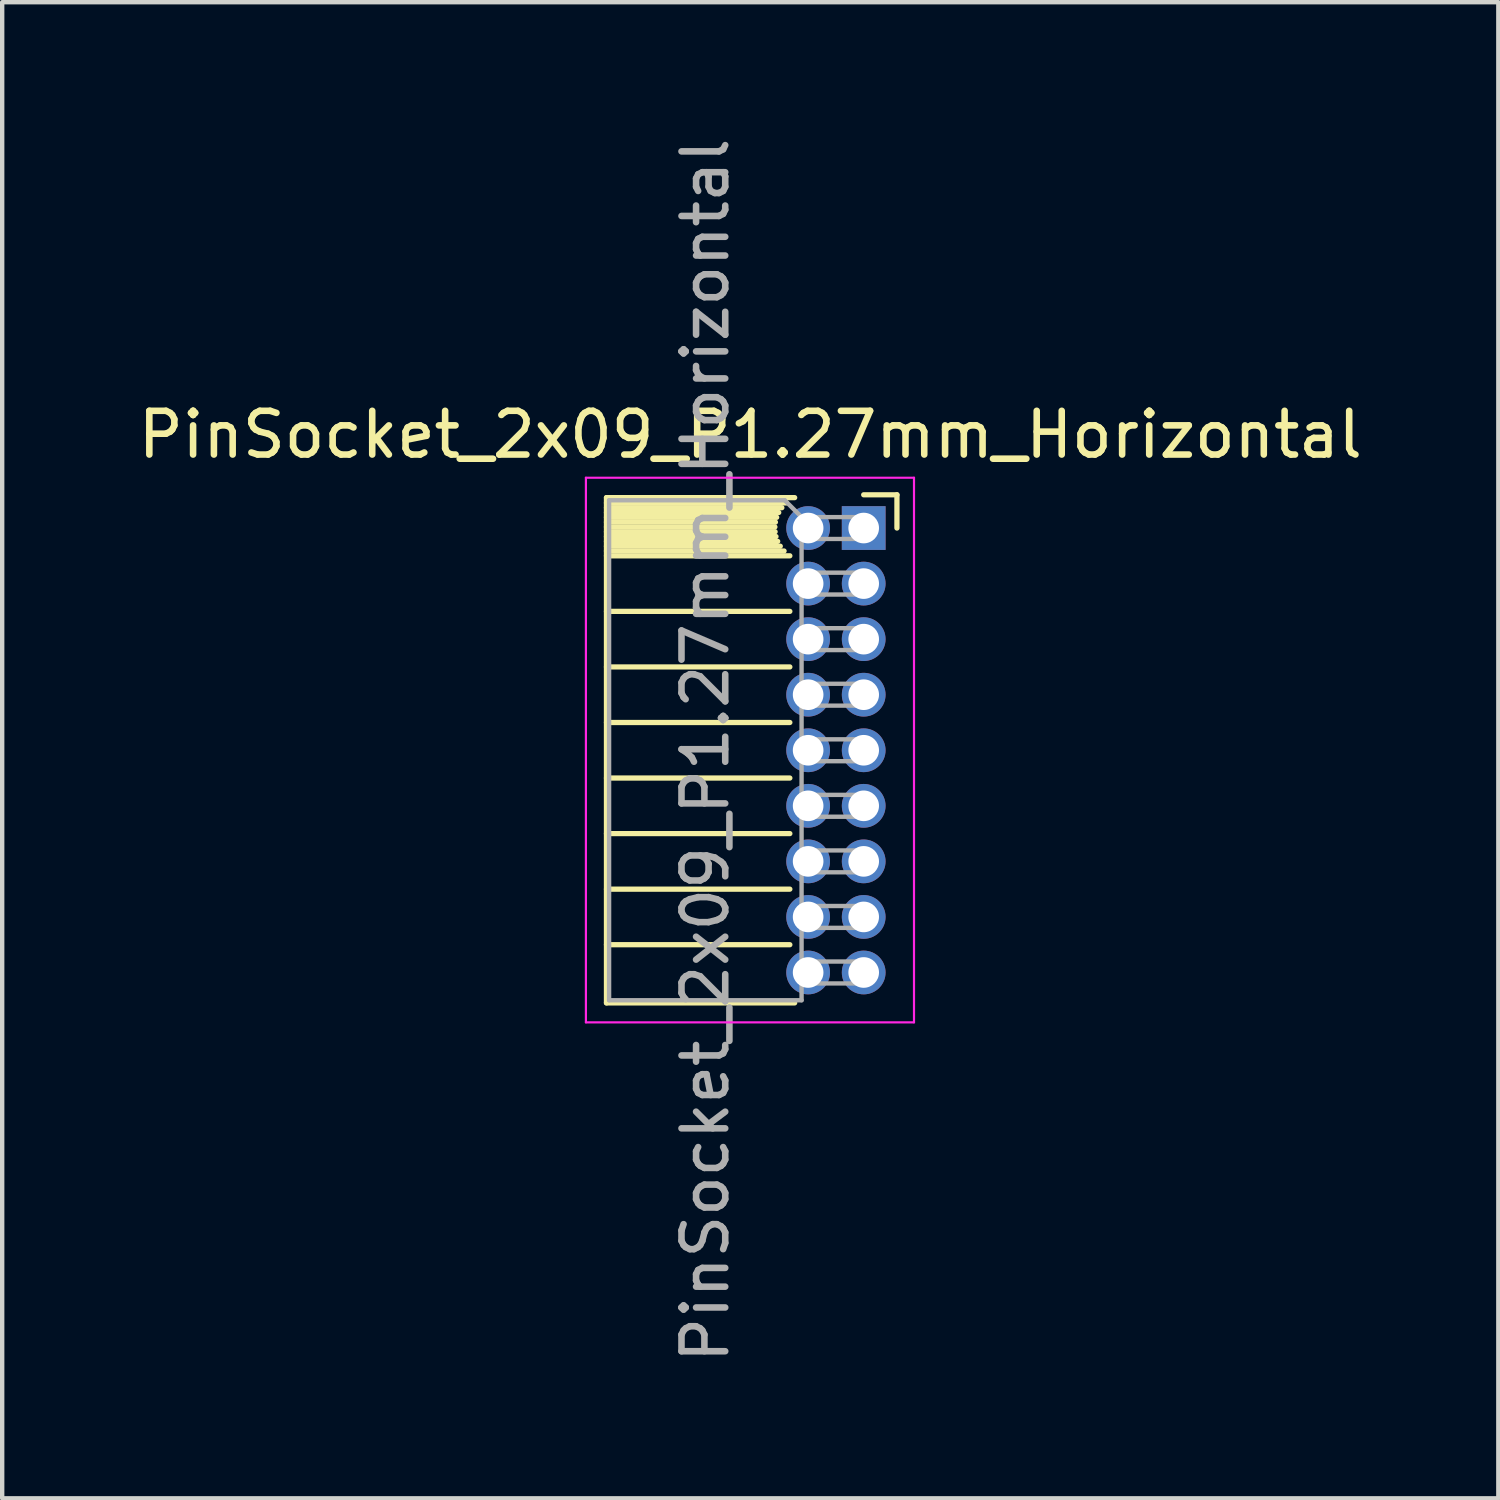
<source format=kicad_pcb>
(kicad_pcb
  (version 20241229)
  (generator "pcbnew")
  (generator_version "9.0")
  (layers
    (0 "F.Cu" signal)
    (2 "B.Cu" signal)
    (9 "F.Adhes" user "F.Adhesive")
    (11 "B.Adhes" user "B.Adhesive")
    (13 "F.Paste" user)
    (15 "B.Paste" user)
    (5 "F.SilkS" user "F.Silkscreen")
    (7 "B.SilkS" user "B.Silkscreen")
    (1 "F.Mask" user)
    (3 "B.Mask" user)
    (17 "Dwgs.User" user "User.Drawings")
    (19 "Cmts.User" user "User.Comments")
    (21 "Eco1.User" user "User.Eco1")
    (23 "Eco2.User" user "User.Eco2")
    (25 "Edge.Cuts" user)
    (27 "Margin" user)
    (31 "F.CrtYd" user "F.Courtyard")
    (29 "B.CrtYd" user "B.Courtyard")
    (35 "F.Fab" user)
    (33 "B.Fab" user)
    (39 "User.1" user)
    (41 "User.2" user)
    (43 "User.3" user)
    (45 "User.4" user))
  (footprint "PinSocket_2x09_P1.27mm_Horizontal"
    (layer "F.Cu")
    (at 16.694 9.021)
    (property "Reference" "PinSocket_2x09_P1.27mm_Horizontal" (at -2.592 -2.135 0) (layer "F.SilkS") (effects (font (size 1 1) (thickness 0.15))))
    (attr through_hole)
    (fp_line (start -5.88 -0.695) (end -5.88 10.855) (stroke (width 0.12) (type solid)) (layer "F.SilkS"))
    (fp_line (start -5.88 -0.695) (end -1.578 -0.695) (stroke (width 0.12) (type solid)) (layer "F.SilkS"))
    (fp_line (start -5.88 -0.575) (end -1.767 -0.575) (stroke (width 0.12) (type solid)) (layer "F.SilkS"))
    (fp_line (start -5.88 -0.465) (end -1.871 -0.465) (stroke (width 0.12) (type solid)) (layer "F.SilkS"))
    (fp_line (start -5.88 -0.355) (end -1.942 -0.355) (stroke (width 0.12) (type solid)) (layer "F.SilkS"))
    (fp_line (start -5.88 -0.245) (end -1.989 -0.245) (stroke (width 0.12) (type solid)) (layer "F.SilkS"))
    (fp_line (start -5.88 -0.135) (end -2.018 -0.135) (stroke (width 0.12) (type solid)) (layer "F.SilkS"))
    (fp_line (start -5.88 -0.025) (end -2.03 -0.025) (stroke (width 0.12) (type solid)) (layer "F.SilkS"))
    (fp_line (start -5.88 0.085) (end -2.025 0.085) (stroke (width 0.12) (type solid)) (layer "F.SilkS"))
    (fp_line (start -5.88 0.195) (end -2.005 0.195) (stroke (width 0.12) (type solid)) (layer "F.SilkS"))
    (fp_line (start -5.88 0.305) (end -1.966 0.305) (stroke (width 0.12) (type solid)) (layer "F.SilkS"))
    (fp_line (start -5.88 0.415) (end -1.907 0.415) (stroke (width 0.12) (type solid)) (layer "F.SilkS"))
    (fp_line (start -5.88 0.525) (end -1.82 0.525) (stroke (width 0.12) (type solid)) (layer "F.SilkS"))
    (fp_line (start -5.88 0.635) (end -1.688 0.635) (stroke (width 0.12) (type solid)) (layer "F.SilkS"))
    (fp_line (start -5.88 1.905) (end -1.688 1.905) (stroke (width 0.12) (type solid)) (layer "F.SilkS"))
    (fp_line (start -5.88 3.175) (end -1.688 3.175) (stroke (width 0.12) (type solid)) (layer "F.SilkS"))
    (fp_line (start -5.88 4.445) (end -1.688 4.445) (stroke (width 0.12) (type solid)) (layer "F.SilkS"))
    (fp_line (start -5.88 5.715) (end -1.688 5.715) (stroke (width 0.12) (type solid)) (layer "F.SilkS"))
    (fp_line (start -5.88 6.985) (end -1.688 6.985) (stroke (width 0.12) (type solid)) (layer "F.SilkS"))
    (fp_line (start -5.88 8.255) (end -1.688 8.255) (stroke (width 0.12) (type solid)) (layer "F.SilkS"))
    (fp_line (start -5.88 9.525) (end -1.688 9.525) (stroke (width 0.12) (type solid)) (layer "F.SilkS"))
    (fp_line (start -5.88 10.855) (end -1.578 10.855) (stroke (width 0.12) (type solid)) (layer "F.SilkS"))
    (fp_line (start 0 -0.76) (end 0.76 -0.76) (stroke (width 0.12) (type solid)) (layer "F.SilkS"))
    (fp_line (start 0.76 -0.76) (end 0.76 0) (stroke (width 0.12) (type solid)) (layer "F.SilkS"))
    (fp_line (start -6.35 -1.15) (end -6.35 11.3) (stroke (width 0.05) (type solid)) (layer "F.CrtYd"))
    (fp_line (start -6.35 11.3) (end 1.15 11.3) (stroke (width 0.05) (type solid)) (layer "F.CrtYd"))
    (fp_line (start 1.15 -1.15) (end -6.35 -1.15) (stroke (width 0.05) (type solid)) (layer "F.CrtYd"))
    (fp_line (start 1.15 11.3) (end 1.15 -1.15) (stroke (width 0.05) (type solid)) (layer "F.CrtYd"))
    (fp_line (start -5.82 -0.635) (end -1.805 -0.635) (stroke (width 0.1) (type solid)) (layer "F.Fab"))
    (fp_line (start -5.82 10.795) (end -5.82 -0.635) (stroke (width 0.1) (type solid)) (layer "F.Fab"))
    (fp_line (start -1.805 -0.635) (end -1.42 -0.25) (stroke (width 0.1) (type solid)) (layer "F.Fab"))
    (fp_line (start -1.42 -0.25) (end -1.42 10.795) (stroke (width 0.1) (type solid)) (layer "F.Fab"))
    (fp_line (start -1.42 0.25) (end 0 0.25) (stroke (width 0.1) (type solid)) (layer "F.Fab"))
    (fp_line (start -1.42 1.52) (end 0 1.52) (stroke (width 0.1) (type solid)) (layer "F.Fab"))
    (fp_line (start -1.42 2.79) (end 0 2.79) (stroke (width 0.1) (type solid)) (layer "F.Fab"))
    (fp_line (start -1.42 4.06) (end 0 4.06) (stroke (width 0.1) (type solid)) (layer "F.Fab"))
    (fp_line (start -1.42 5.33) (end 0 5.33) (stroke (width 0.1) (type solid)) (layer "F.Fab"))
    (fp_line (start -1.42 6.6) (end 0 6.6) (stroke (width 0.1) (type solid)) (layer "F.Fab"))
    (fp_line (start -1.42 7.87) (end 0 7.87) (stroke (width 0.1) (type solid)) (layer "F.Fab"))
    (fp_line (start -1.42 9.14) (end 0 9.14) (stroke (width 0.1) (type solid)) (layer "F.Fab"))
    (fp_line (start -1.42 10.41) (end 0 10.41) (stroke (width 0.1) (type solid)) (layer "F.Fab"))
    (fp_line (start -1.42 10.795) (end -5.82 10.795) (stroke (width 0.1) (type solid)) (layer "F.Fab"))
    (fp_line (start 0 -0.25) (end -1.42 -0.25) (stroke (width 0.1) (type solid)) (layer "F.Fab"))
    (fp_line (start 0 0.25) (end 0 -0.25) (stroke (width 0.1) (type solid)) (layer "F.Fab"))
    (fp_line (start 0 1.02) (end -1.42 1.02) (stroke (width 0.1) (type solid)) (layer "F.Fab"))
    (fp_line (start 0 1.52) (end 0 1.02) (stroke (width 0.1) (type solid)) (layer "F.Fab"))
    (fp_line (start 0 2.29) (end -1.42 2.29) (stroke (width 0.1) (type solid)) (layer "F.Fab"))
    (fp_line (start 0 2.79) (end 0 2.29) (stroke (width 0.1) (type solid)) (layer "F.Fab"))
    (fp_line (start 0 3.56) (end -1.42 3.56) (stroke (width 0.1) (type solid)) (layer "F.Fab"))
    (fp_line (start 0 4.06) (end 0 3.56) (stroke (width 0.1) (type solid)) (layer "F.Fab"))
    (fp_line (start 0 4.83) (end -1.42 4.83) (stroke (width 0.1) (type solid)) (layer "F.Fab"))
    (fp_line (start 0 5.33) (end 0 4.83) (stroke (width 0.1) (type solid)) (layer "F.Fab"))
    (fp_line (start 0 6.1) (end -1.42 6.1) (stroke (width 0.1) (type solid)) (layer "F.Fab"))
    (fp_line (start 0 6.6) (end 0 6.1) (stroke (width 0.1) (type solid)) (layer "F.Fab"))
    (fp_line (start 0 7.37) (end -1.42 7.37) (stroke (width 0.1) (type solid)) (layer "F.Fab"))
    (fp_line (start 0 7.87) (end 0 7.37) (stroke (width 0.1) (type solid)) (layer "F.Fab"))
    (fp_line (start 0 8.64) (end -1.42 8.64) (stroke (width 0.1) (type solid)) (layer "F.Fab"))
    (fp_line (start 0 9.14) (end 0 8.64) (stroke (width 0.1) (type solid)) (layer "F.Fab"))
    (fp_line (start 0 9.91) (end -1.42 9.91) (stroke (width 0.1) (type solid)) (layer "F.Fab"))
    (fp_line (start 0 10.41) (end 0 9.91) (stroke (width 0.1) (type solid)) (layer "F.Fab"))
    (fp_text user "${REFERENCE}" (at -3.62 5.08 90) (layer "F.Fab") (effects (font (size 1 1) (thickness 0.15))))
    (pad "1" thru_hole rect (at 0 0) (size 1 1) (drill 0.7) (layers "*.Cu" "*.Mask"))
    (pad "2" thru_hole oval (at -1.27 0) (size 1 1) (drill 0.7) (layers "*.Cu" "*.Mask"))
    (pad "3" thru_hole oval (at 0 1.27) (size 1 1) (drill 0.7) (layers "*.Cu" "*.Mask"))
    (pad "4" thru_hole oval (at -1.27 1.27) (size 1 1) (drill 0.7) (layers "*.Cu" "*.Mask"))
    (pad "5" thru_hole oval (at 0 2.54) (size 1 1) (drill 0.7) (layers "*.Cu" "*.Mask"))
    (pad "6" thru_hole oval (at -1.27 2.54) (size 1 1) (drill 0.7) (layers "*.Cu" "*.Mask"))
    (pad "7" thru_hole oval (at 0 3.81) (size 1 1) (drill 0.7) (layers "*.Cu" "*.Mask"))
    (pad "8" thru_hole oval (at -1.27 3.81) (size 1 1) (drill 0.7) (layers "*.Cu" "*.Mask"))
    (pad "9" thru_hole oval (at 0 5.08) (size 1 1) (drill 0.7) (layers "*.Cu" "*.Mask"))
    (pad "10" thru_hole oval (at -1.27 5.08) (size 1 1) (drill 0.7) (layers "*.Cu" "*.Mask"))
    (pad "11" thru_hole oval (at 0 6.35) (size 1 1) (drill 0.7) (layers "*.Cu" "*.Mask"))
    (pad "12" thru_hole oval (at -1.27 6.35) (size 1 1) (drill 0.7) (layers "*.Cu" "*.Mask"))
    (pad "13" thru_hole oval (at 0 7.62) (size 1 1) (drill 0.7) (layers "*.Cu" "*.Mask"))
    (pad "14" thru_hole oval (at -1.27 7.62) (size 1 1) (drill 0.7) (layers "*.Cu" "*.Mask"))
    (pad "15" thru_hole oval (at 0 8.89) (size 1 1) (drill 0.7) (layers "*.Cu" "*.Mask"))
    (pad "16" thru_hole oval (at -1.27 8.89) (size 1 1) (drill 0.7) (layers "*.Cu" "*.Mask"))
    (pad "17" thru_hole oval (at 0 10.16) (size 1 1) (drill 0.7) (layers "*.Cu" "*.Mask"))
    (pad "18" thru_hole oval (at -1.27 10.16) (size 1 1) (drill 0.7) (layers "*.Cu" "*.Mask")))
  (gr_rect
    (start -3 -3)
    (end 31.202 31.202)
    (stroke (width 0.1) (type default))
    (fill no)
    (layer "Edge.Cuts")))
</source>
